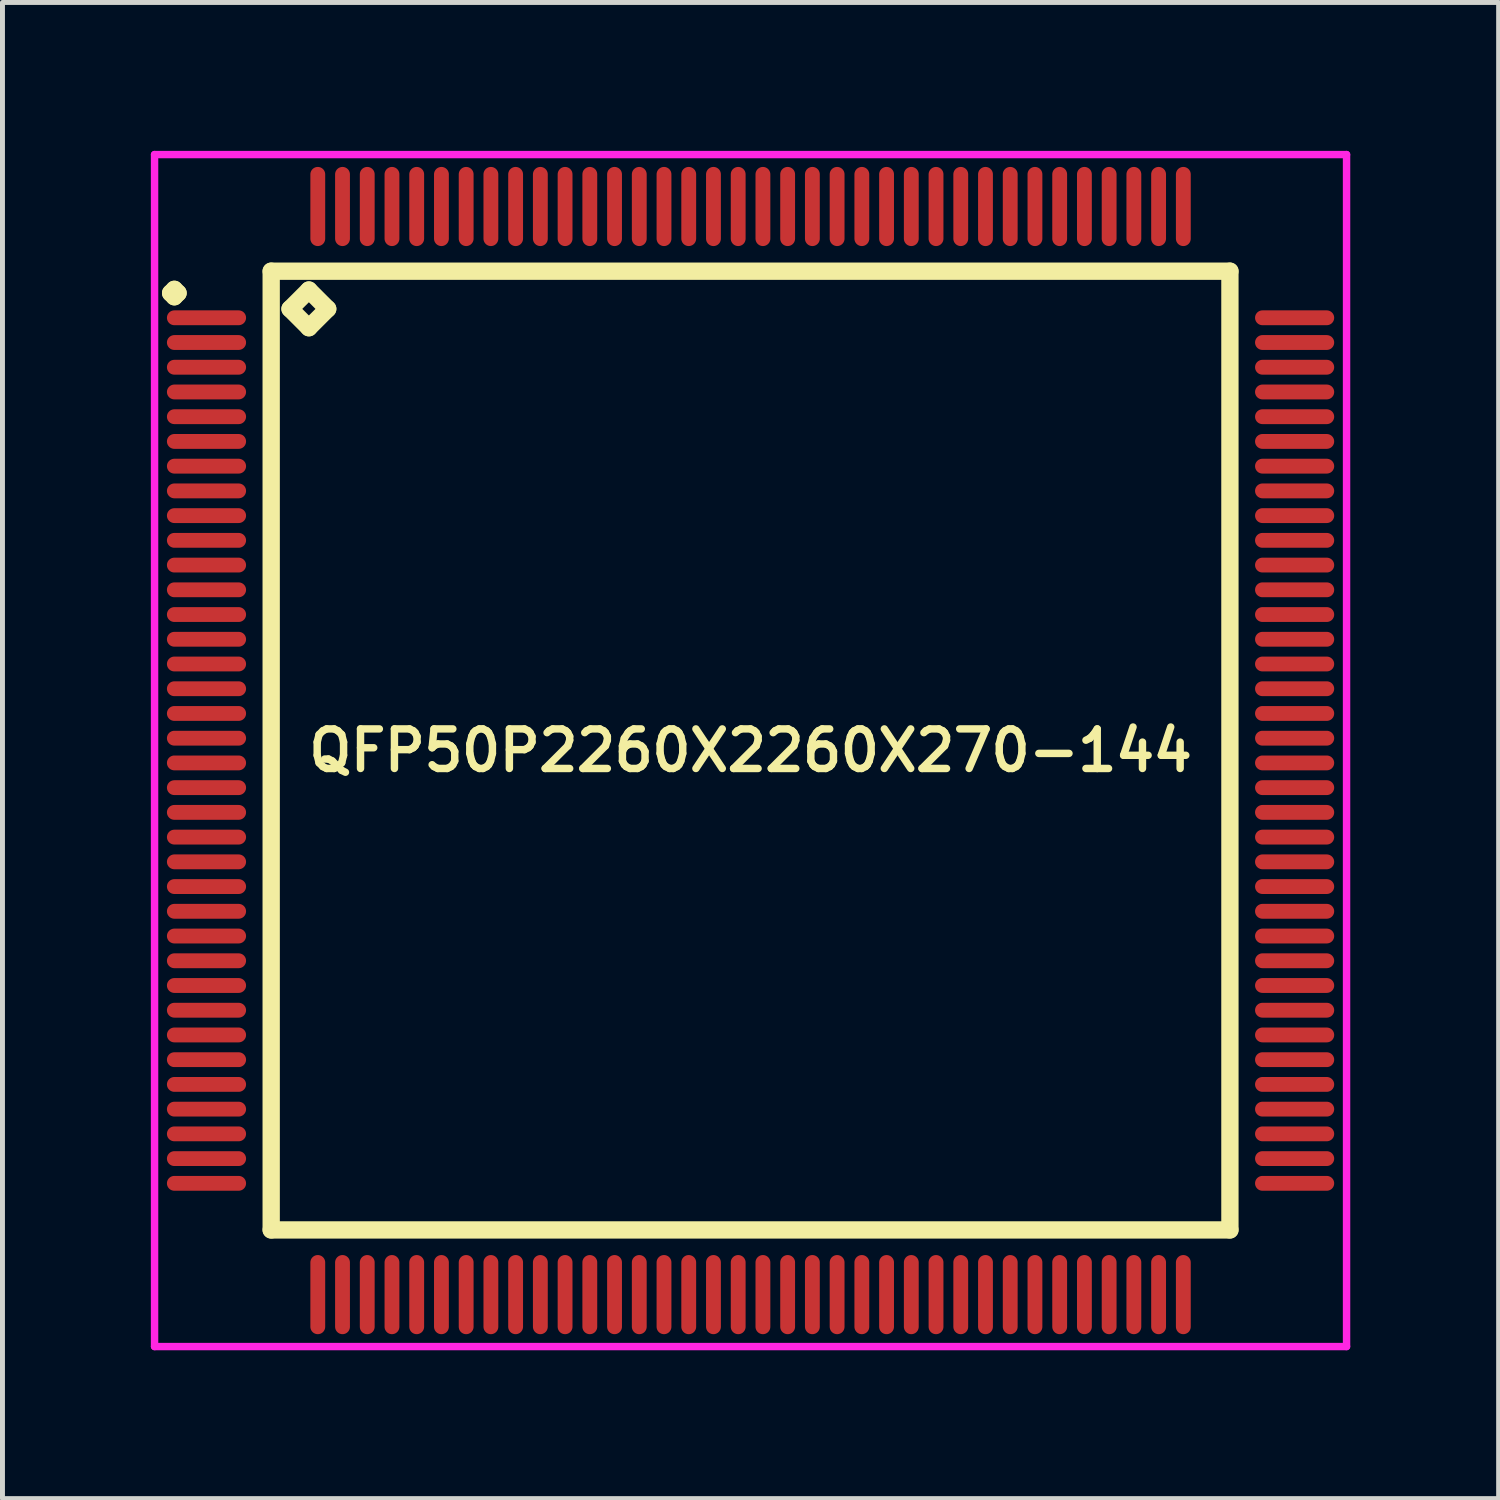
<source format=kicad_pcb>
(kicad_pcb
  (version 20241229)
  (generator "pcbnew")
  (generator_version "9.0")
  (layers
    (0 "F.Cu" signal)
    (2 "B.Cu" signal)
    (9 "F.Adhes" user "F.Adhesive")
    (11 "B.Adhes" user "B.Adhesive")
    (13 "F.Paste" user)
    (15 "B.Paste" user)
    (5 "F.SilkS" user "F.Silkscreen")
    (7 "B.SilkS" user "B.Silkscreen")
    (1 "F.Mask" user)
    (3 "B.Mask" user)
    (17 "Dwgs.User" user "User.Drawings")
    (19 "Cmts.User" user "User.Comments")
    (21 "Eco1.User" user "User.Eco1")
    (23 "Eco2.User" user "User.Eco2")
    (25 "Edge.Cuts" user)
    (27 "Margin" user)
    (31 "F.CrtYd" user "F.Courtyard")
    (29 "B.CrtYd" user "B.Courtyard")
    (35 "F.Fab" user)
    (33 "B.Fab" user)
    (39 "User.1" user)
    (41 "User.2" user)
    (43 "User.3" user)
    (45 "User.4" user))
  (footprint "QFP50P2260X2260X270-144"
    (layer "F.Cu")
    (at 12.125 12.125)
    (property "Reference" "QFP50P2260X2260X270-144" (at 0 0 0) (layer "F.SilkS") (effects (font (size 0.8 0.8) (thickness 0.15))))
    (attr smd)
    (fp_line (start -11.725 -9.25) (end -11.65 -9.325) (stroke (width 0.35) (type solid)) (layer "F.SilkS"))
    (fp_line (start -11.65 -9.325) (end -11.575 -9.25) (stroke (width 0.35) (type solid)) (layer "F.SilkS"))
    (fp_line (start -11.65 -9.175) (end -11.725 -9.25) (stroke (width 0.35) (type solid)) (layer "F.SilkS"))
    (fp_line (start -11.575 -9.25) (end -11.65 -9.175) (stroke (width 0.35) (type solid)) (layer "F.SilkS"))
    (fp_line (start -9.692 -9.692) (end -9.692 9.692) (stroke (width 0.35) (type solid)) (layer "F.SilkS"))
    (fp_line (start -9.692 9.692) (end 9.692 9.692) (stroke (width 0.35) (type solid)) (layer "F.SilkS"))
    (fp_line (start -9.311 -8.93) (end -8.93 -9.311) (stroke (width 0.35) (type solid)) (layer "F.SilkS"))
    (fp_line (start -8.93 -9.311) (end -8.549 -8.93) (stroke (width 0.35) (type solid)) (layer "F.SilkS"))
    (fp_line (start -8.93 -8.549) (end -9.311 -8.93) (stroke (width 0.35) (type solid)) (layer "F.SilkS"))
    (fp_line (start -8.549 -8.93) (end -8.93 -8.549) (stroke (width 0.35) (type solid)) (layer "F.SilkS"))
    (fp_line (start 9.692 -9.692) (end -9.692 -9.692) (stroke (width 0.35) (type solid)) (layer "F.SilkS"))
    (fp_line (start 9.692 9.692) (end 9.692 -9.692) (stroke (width 0.35) (type solid)) (layer "F.SilkS"))
    (fp_line (start -12.05 -12.05) (end 12.05 -12.05) (stroke (width 0.15) (type solid)) (layer "F.CrtYd"))
    (fp_line (start -12.05 12.05) (end -12.05 -12.05) (stroke (width 0.15) (type solid)) (layer "F.CrtYd"))
    (fp_line (start 12.05 -12.05) (end 12.05 12.05) (stroke (width 0.15) (type solid)) (layer "F.CrtYd"))
    (fp_line (start 12.05 12.05) (end -12.05 12.05) (stroke (width 0.15) (type solid)) (layer "F.CrtYd"))
    (pad "1" smd oval (at -11 -8.75) (size 1.6 0.3) (layers "F.Cu" "F.Mask" "F.Paste"))
    (pad "2" smd oval (at -11 -8.25) (size 1.6 0.3) (layers "F.Cu" "F.Mask" "F.Paste"))
    (pad "3" smd oval (at -11 -7.75) (size 1.6 0.3) (layers "F.Cu" "F.Mask" "F.Paste"))
    (pad "4" smd oval (at -11 -7.25) (size 1.6 0.3) (layers "F.Cu" "F.Mask" "F.Paste"))
    (pad "5" smd oval (at -11 -6.75) (size 1.6 0.3) (layers "F.Cu" "F.Mask" "F.Paste"))
    (pad "6" smd oval (at -11 -6.25) (size 1.6 0.3) (layers "F.Cu" "F.Mask" "F.Paste"))
    (pad "7" smd oval (at -11 -5.75) (size 1.6 0.3) (layers "F.Cu" "F.Mask" "F.Paste"))
    (pad "8" smd oval (at -11 -5.25) (size 1.6 0.3) (layers "F.Cu" "F.Mask" "F.Paste"))
    (pad "9" smd oval (at -11 -4.75) (size 1.6 0.3) (layers "F.Cu" "F.Mask" "F.Paste"))
    (pad "10" smd oval (at -11 -4.25) (size 1.6 0.3) (layers "F.Cu" "F.Mask" "F.Paste"))
    (pad "11" smd oval (at -11 -3.75) (size 1.6 0.3) (layers "F.Cu" "F.Mask" "F.Paste"))
    (pad "12" smd oval (at -11 -3.25) (size 1.6 0.3) (layers "F.Cu" "F.Mask" "F.Paste"))
    (pad "13" smd oval (at -11 -2.75) (size 1.6 0.3) (layers "F.Cu" "F.Mask" "F.Paste"))
    (pad "14" smd oval (at -11 -2.25) (size 1.6 0.3) (layers "F.Cu" "F.Mask" "F.Paste"))
    (pad "15" smd oval (at -11 -1.75) (size 1.6 0.3) (layers "F.Cu" "F.Mask" "F.Paste"))
    (pad "16" smd oval (at -11 -1.25) (size 1.6 0.3) (layers "F.Cu" "F.Mask" "F.Paste"))
    (pad "17" smd oval (at -11 -0.75) (size 1.6 0.3) (layers "F.Cu" "F.Mask" "F.Paste"))
    (pad "18" smd oval (at -11 -0.25) (size 1.6 0.3) (layers "F.Cu" "F.Mask" "F.Paste"))
    (pad "19" smd oval (at -11 0.25) (size 1.6 0.3) (layers "F.Cu" "F.Mask" "F.Paste"))
    (pad "20" smd oval (at -11 0.75) (size 1.6 0.3) (layers "F.Cu" "F.Mask" "F.Paste"))
    (pad "21" smd oval (at -11 1.25) (size 1.6 0.3) (layers "F.Cu" "F.Mask" "F.Paste"))
    (pad "22" smd oval (at -11 1.75) (size 1.6 0.3) (layers "F.Cu" "F.Mask" "F.Paste"))
    (pad "23" smd oval (at -11 2.25) (size 1.6 0.3) (layers "F.Cu" "F.Mask" "F.Paste"))
    (pad "24" smd oval (at -11 2.75) (size 1.6 0.3) (layers "F.Cu" "F.Mask" "F.Paste"))
    (pad "25" smd oval (at -11 3.25) (size 1.6 0.3) (layers "F.Cu" "F.Mask" "F.Paste"))
    (pad "26" smd oval (at -11 3.75) (size 1.6 0.3) (layers "F.Cu" "F.Mask" "F.Paste"))
    (pad "27" smd oval (at -11 4.25) (size 1.6 0.3) (layers "F.Cu" "F.Mask" "F.Paste"))
    (pad "28" smd oval (at -11 4.75) (size 1.6 0.3) (layers "F.Cu" "F.Mask" "F.Paste"))
    (pad "29" smd oval (at -11 5.25) (size 1.6 0.3) (layers "F.Cu" "F.Mask" "F.Paste"))
    (pad "30" smd oval (at -11 5.75) (size 1.6 0.3) (layers "F.Cu" "F.Mask" "F.Paste"))
    (pad "31" smd oval (at -11 6.25) (size 1.6 0.3) (layers "F.Cu" "F.Mask" "F.Paste"))
    (pad "32" smd oval (at -11 6.75) (size 1.6 0.3) (layers "F.Cu" "F.Mask" "F.Paste"))
    (pad "33" smd oval (at -11 7.25) (size 1.6 0.3) (layers "F.Cu" "F.Mask" "F.Paste"))
    (pad "34" smd oval (at -11 7.75) (size 1.6 0.3) (layers "F.Cu" "F.Mask" "F.Paste"))
    (pad "35" smd oval (at -11 8.25) (size 1.6 0.3) (layers "F.Cu" "F.Mask" "F.Paste"))
    (pad "36" smd oval (at -11 8.75) (size 1.6 0.3) (layers "F.Cu" "F.Mask" "F.Paste"))
    (pad "37" smd oval (at -8.75 11) (size 0.3 1.6) (layers "F.Cu" "F.Mask" "F.Paste"))
    (pad "38" smd oval (at -8.25 11) (size 0.3 1.6) (layers "F.Cu" "F.Mask" "F.Paste"))
    (pad "39" smd oval (at -7.75 11) (size 0.3 1.6) (layers "F.Cu" "F.Mask" "F.Paste"))
    (pad "40" smd oval (at -7.25 11) (size 0.3 1.6) (layers "F.Cu" "F.Mask" "F.Paste"))
    (pad "41" smd oval (at -6.75 11) (size 0.3 1.6) (layers "F.Cu" "F.Mask" "F.Paste"))
    (pad "42" smd oval (at -6.25 11) (size 0.3 1.6) (layers "F.Cu" "F.Mask" "F.Paste"))
    (pad "43" smd oval (at -5.75 11) (size 0.3 1.6) (layers "F.Cu" "F.Mask" "F.Paste"))
    (pad "44" smd oval (at -5.25 11) (size 0.3 1.6) (layers "F.Cu" "F.Mask" "F.Paste"))
    (pad "45" smd oval (at -4.75 11) (size 0.3 1.6) (layers "F.Cu" "F.Mask" "F.Paste"))
    (pad "46" smd oval (at -4.25 11) (size 0.3 1.6) (layers "F.Cu" "F.Mask" "F.Paste"))
    (pad "47" smd oval (at -3.75 11) (size 0.3 1.6) (layers "F.Cu" "F.Mask" "F.Paste"))
    (pad "48" smd oval (at -3.25 11) (size 0.3 1.6) (layers "F.Cu" "F.Mask" "F.Paste"))
    (pad "49" smd oval (at -2.75 11) (size 0.3 1.6) (layers "F.Cu" "F.Mask" "F.Paste"))
    (pad "50" smd oval (at -2.25 11) (size 0.3 1.6) (layers "F.Cu" "F.Mask" "F.Paste"))
    (pad "51" smd oval (at -1.75 11) (size 0.3 1.6) (layers "F.Cu" "F.Mask" "F.Paste"))
    (pad "52" smd oval (at -1.25 11) (size 0.3 1.6) (layers "F.Cu" "F.Mask" "F.Paste"))
    (pad "53" smd oval (at -0.75 11) (size 0.3 1.6) (layers "F.Cu" "F.Mask" "F.Paste"))
    (pad "54" smd oval (at -0.25 11) (size 0.3 1.6) (layers "F.Cu" "F.Mask" "F.Paste"))
    (pad "55" smd oval (at 0.25 11) (size 0.3 1.6) (layers "F.Cu" "F.Mask" "F.Paste"))
    (pad "56" smd oval (at 0.75 11) (size 0.3 1.6) (layers "F.Cu" "F.Mask" "F.Paste"))
    (pad "57" smd oval (at 1.25 11) (size 0.3 1.6) (layers "F.Cu" "F.Mask" "F.Paste"))
    (pad "58" smd oval (at 1.75 11) (size 0.3 1.6) (layers "F.Cu" "F.Mask" "F.Paste"))
    (pad "59" smd oval (at 2.25 11) (size 0.3 1.6) (layers "F.Cu" "F.Mask" "F.Paste"))
    (pad "60" smd oval (at 2.75 11) (size 0.3 1.6) (layers "F.Cu" "F.Mask" "F.Paste"))
    (pad "61" smd oval (at 3.25 11) (size 0.3 1.6) (layers "F.Cu" "F.Mask" "F.Paste"))
    (pad "62" smd oval (at 3.75 11) (size 0.3 1.6) (layers "F.Cu" "F.Mask" "F.Paste"))
    (pad "63" smd oval (at 4.25 11) (size 0.3 1.6) (layers "F.Cu" "F.Mask" "F.Paste"))
    (pad "64" smd oval (at 4.75 11) (size 0.3 1.6) (layers "F.Cu" "F.Mask" "F.Paste"))
    (pad "65" smd oval (at 5.25 11) (size 0.3 1.6) (layers "F.Cu" "F.Mask" "F.Paste"))
    (pad "66" smd oval (at 5.75 11) (size 0.3 1.6) (layers "F.Cu" "F.Mask" "F.Paste"))
    (pad "67" smd oval (at 6.25 11) (size 0.3 1.6) (layers "F.Cu" "F.Mask" "F.Paste"))
    (pad "68" smd oval (at 6.75 11) (size 0.3 1.6) (layers "F.Cu" "F.Mask" "F.Paste"))
    (pad "69" smd oval (at 7.25 11) (size 0.3 1.6) (layers "F.Cu" "F.Mask" "F.Paste"))
    (pad "70" smd oval (at 7.75 11) (size 0.3 1.6) (layers "F.Cu" "F.Mask" "F.Paste"))
    (pad "71" smd oval (at 8.25 11) (size 0.3 1.6) (layers "F.Cu" "F.Mask" "F.Paste"))
    (pad "72" smd oval (at 8.75 11) (size 0.3 1.6) (layers "F.Cu" "F.Mask" "F.Paste"))
    (pad "73" smd oval (at 11 8.75) (size 1.6 0.3) (layers "F.Cu" "F.Mask" "F.Paste"))
    (pad "74" smd oval (at 11 8.25) (size 1.6 0.3) (layers "F.Cu" "F.Mask" "F.Paste"))
    (pad "75" smd oval (at 11 7.75) (size 1.6 0.3) (layers "F.Cu" "F.Mask" "F.Paste"))
    (pad "76" smd oval (at 11 7.25) (size 1.6 0.3) (layers "F.Cu" "F.Mask" "F.Paste"))
    (pad "77" smd oval (at 11 6.75) (size 1.6 0.3) (layers "F.Cu" "F.Mask" "F.Paste"))
    (pad "78" smd oval (at 11 6.25) (size 1.6 0.3) (layers "F.Cu" "F.Mask" "F.Paste"))
    (pad "79" smd oval (at 11 5.75) (size 1.6 0.3) (layers "F.Cu" "F.Mask" "F.Paste"))
    (pad "80" smd oval (at 11 5.25) (size 1.6 0.3) (layers "F.Cu" "F.Mask" "F.Paste"))
    (pad "81" smd oval (at 11 4.75) (size 1.6 0.3) (layers "F.Cu" "F.Mask" "F.Paste"))
    (pad "82" smd oval (at 11 4.25) (size 1.6 0.3) (layers "F.Cu" "F.Mask" "F.Paste"))
    (pad "83" smd oval (at 11 3.75) (size 1.6 0.3) (layers "F.Cu" "F.Mask" "F.Paste"))
    (pad "84" smd oval (at 11 3.25) (size 1.6 0.3) (layers "F.Cu" "F.Mask" "F.Paste"))
    (pad "85" smd oval (at 11 2.75) (size 1.6 0.3) (layers "F.Cu" "F.Mask" "F.Paste"))
    (pad "86" smd oval (at 11 2.25) (size 1.6 0.3) (layers "F.Cu" "F.Mask" "F.Paste"))
    (pad "87" smd oval (at 11 1.75) (size 1.6 0.3) (layers "F.Cu" "F.Mask" "F.Paste"))
    (pad "88" smd oval (at 11 1.25) (size 1.6 0.3) (layers "F.Cu" "F.Mask" "F.Paste"))
    (pad "89" smd oval (at 11 0.75) (size 1.6 0.3) (layers "F.Cu" "F.Mask" "F.Paste"))
    (pad "90" smd oval (at 11 0.25) (size 1.6 0.3) (layers "F.Cu" "F.Mask" "F.Paste"))
    (pad "91" smd oval (at 11 -0.25) (size 1.6 0.3) (layers "F.Cu" "F.Mask" "F.Paste"))
    (pad "92" smd oval (at 11 -0.75) (size 1.6 0.3) (layers "F.Cu" "F.Mask" "F.Paste"))
    (pad "93" smd oval (at 11 -1.25) (size 1.6 0.3) (layers "F.Cu" "F.Mask" "F.Paste"))
    (pad "94" smd oval (at 11 -1.75) (size 1.6 0.3) (layers "F.Cu" "F.Mask" "F.Paste"))
    (pad "95" smd oval (at 11 -2.25) (size 1.6 0.3) (layers "F.Cu" "F.Mask" "F.Paste"))
    (pad "96" smd oval (at 11 -2.75) (size 1.6 0.3) (layers "F.Cu" "F.Mask" "F.Paste"))
    (pad "97" smd oval (at 11 -3.25) (size 1.6 0.3) (layers "F.Cu" "F.Mask" "F.Paste"))
    (pad "98" smd oval (at 11 -3.75) (size 1.6 0.3) (layers "F.Cu" "F.Mask" "F.Paste"))
    (pad "99" smd oval (at 11 -4.25) (size 1.6 0.3) (layers "F.Cu" "F.Mask" "F.Paste"))
    (pad "100" smd oval (at 11 -4.75) (size 1.6 0.3) (layers "F.Cu" "F.Mask" "F.Paste"))
    (pad "101" smd oval (at 11 -5.25) (size 1.6 0.3) (layers "F.Cu" "F.Mask" "F.Paste"))
    (pad "102" smd oval (at 11 -5.75) (size 1.6 0.3) (layers "F.Cu" "F.Mask" "F.Paste"))
    (pad "103" smd oval (at 11 -6.25) (size 1.6 0.3) (layers "F.Cu" "F.Mask" "F.Paste"))
    (pad "104" smd oval (at 11 -6.75) (size 1.6 0.3) (layers "F.Cu" "F.Mask" "F.Paste"))
    (pad "105" smd oval (at 11 -7.25) (size 1.6 0.3) (layers "F.Cu" "F.Mask" "F.Paste"))
    (pad "106" smd oval (at 11 -7.75) (size 1.6 0.3) (layers "F.Cu" "F.Mask" "F.Paste"))
    (pad "107" smd oval (at 11 -8.25) (size 1.6 0.3) (layers "F.Cu" "F.Mask" "F.Paste"))
    (pad "108" smd oval (at 11 -8.75) (size 1.6 0.3) (layers "F.Cu" "F.Mask" "F.Paste"))
    (pad "109" smd oval (at 8.75 -11) (size 0.3 1.6) (layers "F.Cu" "F.Mask" "F.Paste"))
    (pad "110" smd oval (at 8.25 -11) (size 0.3 1.6) (layers "F.Cu" "F.Mask" "F.Paste"))
    (pad "111" smd oval (at 7.75 -11) (size 0.3 1.6) (layers "F.Cu" "F.Mask" "F.Paste"))
    (pad "112" smd oval (at 7.25 -11) (size 0.3 1.6) (layers "F.Cu" "F.Mask" "F.Paste"))
    (pad "113" smd oval (at 6.75 -11) (size 0.3 1.6) (layers "F.Cu" "F.Mask" "F.Paste"))
    (pad "114" smd oval (at 6.25 -11) (size 0.3 1.6) (layers "F.Cu" "F.Mask" "F.Paste"))
    (pad "115" smd oval (at 5.75 -11) (size 0.3 1.6) (layers "F.Cu" "F.Mask" "F.Paste"))
    (pad "116" smd oval (at 5.25 -11) (size 0.3 1.6) (layers "F.Cu" "F.Mask" "F.Paste"))
    (pad "117" smd oval (at 4.75 -11) (size 0.3 1.6) (layers "F.Cu" "F.Mask" "F.Paste"))
    (pad "118" smd oval (at 4.25 -11) (size 0.3 1.6) (layers "F.Cu" "F.Mask" "F.Paste"))
    (pad "119" smd oval (at 3.75 -11) (size 0.3 1.6) (layers "F.Cu" "F.Mask" "F.Paste"))
    (pad "120" smd oval (at 3.25 -11) (size 0.3 1.6) (layers "F.Cu" "F.Mask" "F.Paste"))
    (pad "121" smd oval (at 2.75 -11) (size 0.3 1.6) (layers "F.Cu" "F.Mask" "F.Paste"))
    (pad "122" smd oval (at 2.25 -11) (size 0.3 1.6) (layers "F.Cu" "F.Mask" "F.Paste"))
    (pad "123" smd oval (at 1.75 -11) (size 0.3 1.6) (layers "F.Cu" "F.Mask" "F.Paste"))
    (pad "124" smd oval (at 1.25 -11) (size 0.3 1.6) (layers "F.Cu" "F.Mask" "F.Paste"))
    (pad "125" smd oval (at 0.75 -11) (size 0.3 1.6) (layers "F.Cu" "F.Mask" "F.Paste"))
    (pad "126" smd oval (at 0.25 -11) (size 0.3 1.6) (layers "F.Cu" "F.Mask" "F.Paste"))
    (pad "127" smd oval (at -0.25 -11) (size 0.3 1.6) (layers "F.Cu" "F.Mask" "F.Paste"))
    (pad "128" smd oval (at -0.75 -11) (size 0.3 1.6) (layers "F.Cu" "F.Mask" "F.Paste"))
    (pad "129" smd oval (at -1.25 -11) (size 0.3 1.6) (layers "F.Cu" "F.Mask" "F.Paste"))
    (pad "130" smd oval (at -1.75 -11) (size 0.3 1.6) (layers "F.Cu" "F.Mask" "F.Paste"))
    (pad "131" smd oval (at -2.25 -11) (size 0.3 1.6) (layers "F.Cu" "F.Mask" "F.Paste"))
    (pad "132" smd oval (at -2.75 -11) (size 0.3 1.6) (layers "F.Cu" "F.Mask" "F.Paste"))
    (pad "133" smd oval (at -3.25 -11) (size 0.3 1.6) (layers "F.Cu" "F.Mask" "F.Paste"))
    (pad "134" smd oval (at -3.75 -11) (size 0.3 1.6) (layers "F.Cu" "F.Mask" "F.Paste"))
    (pad "135" smd oval (at -4.25 -11) (size 0.3 1.6) (layers "F.Cu" "F.Mask" "F.Paste"))
    (pad "136" smd oval (at -4.75 -11) (size 0.3 1.6) (layers "F.Cu" "F.Mask" "F.Paste"))
    (pad "137" smd oval (at -5.25 -11) (size 0.3 1.6) (layers "F.Cu" "F.Mask" "F.Paste"))
    (pad "138" smd oval (at -5.75 -11) (size 0.3 1.6) (layers "F.Cu" "F.Mask" "F.Paste"))
    (pad "139" smd oval (at -6.25 -11) (size 0.3 1.6) (layers "F.Cu" "F.Mask" "F.Paste"))
    (pad "140" smd oval (at -6.75 -11) (size 0.3 1.6) (layers "F.Cu" "F.Mask" "F.Paste"))
    (pad "141" smd oval (at -7.25 -11) (size 0.3 1.6) (layers "F.Cu" "F.Mask" "F.Paste"))
    (pad "142" smd oval (at -7.75 -11) (size 0.3 1.6) (layers "F.Cu" "F.Mask" "F.Paste"))
    (pad "143" smd oval (at -8.25 -11) (size 0.3 1.6) (layers "F.Cu" "F.Mask" "F.Paste"))
    (pad "144" smd oval (at -8.75 -11) (size 0.3 1.6) (layers "F.Cu" "F.Mask" "F.Paste")))
  (gr_rect
    (start -3 -3)
    (end 27.25 27.25)
    (stroke (width 0.1) (type default))
    (fill no)
    (layer "Edge.Cuts")))
</source>
